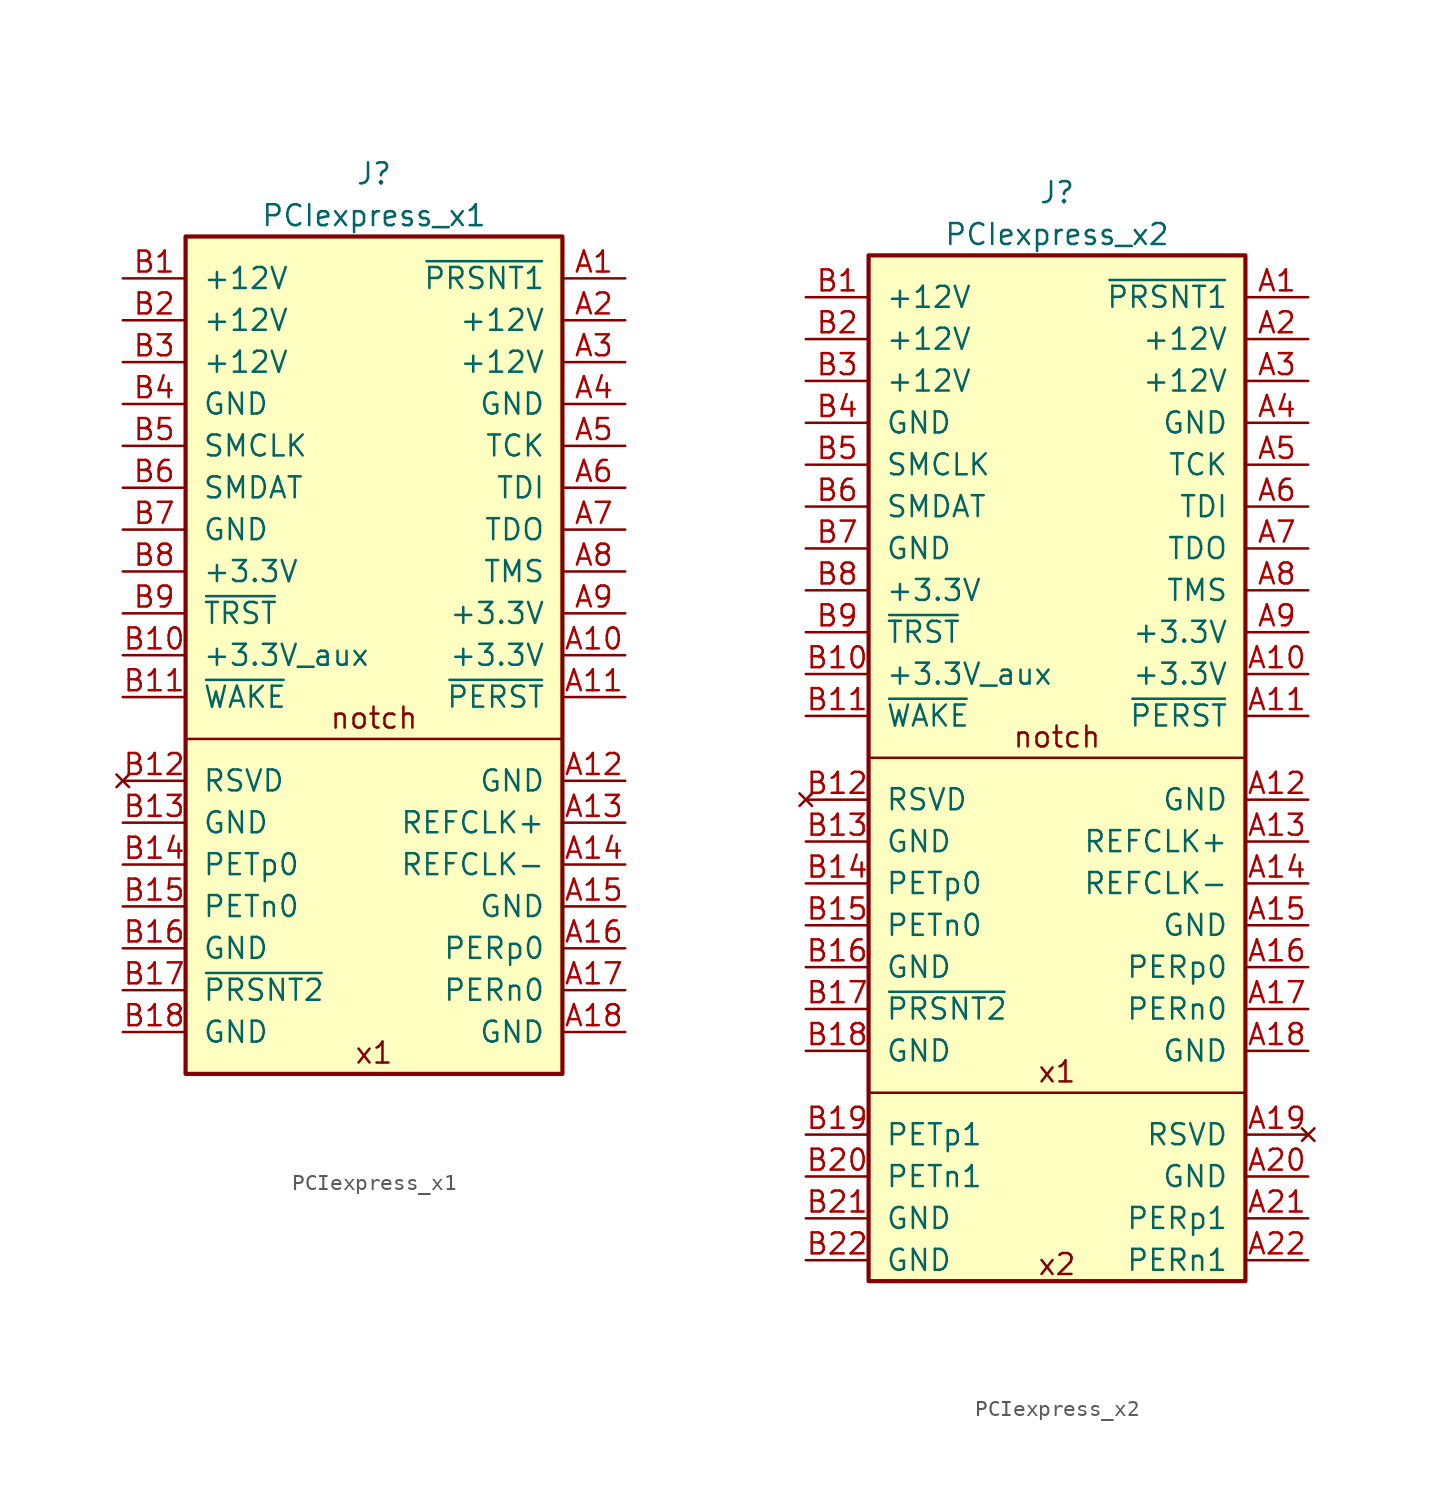
<source format=kicad_sym>
(kicad_symbol_lib
  (version 20241209)
  (generator "kicad_symbol_editor")
  (generator_version "9.0")
  (symbol "PCIexpress_x1"
    (pin_names
      (offset 1.016))
    (property "Reference" "J"
      (at 0 3.81 0)
      (effects (font (size 1.27 1.27))))
    (property "Value" "PCIexpress_x1"
      (at 0 1.27 0)
      (effects (font (size 1.27 1.27))))
    (symbol "PCIexpress_x1_0_0"
      (text "notch" (at 0 -29.21 0) (effects (font (size 1.27 1.27))))
      (text "x1" (at 0 -49.53 0) (effects (font (size 1.27 1.27)))))
    (symbol "PCIexpress_x1_0_1"
      (polyline (pts (xy 11.43 -30.48) (xy -11.43 -30.48)) (stroke (width 0) (type default)) (fill (type none))))
    (symbol "PCIexpress_x1_1_1"
      (rectangle (start 11.43 0) (end -11.43 -50.8) (stroke (width 0.254) (type default)) (fill (type background)))
      (pin power_out line (at -15.24 -2.54 0) (length 3.81) (name "+12V" (effects (font (size 1.27 1.27)))) (number "B1" (effects (font (size 1.27 1.27)))))
      (pin power_out line (at -15.24 -5.08 0) (length 3.81) (name "+12V" (effects (font (size 1.27 1.27)))) (number "B2" (effects (font (size 1.27 1.27)))))
      (pin power_out line (at -15.24 -7.62 0) (length 3.81) (name "+12V" (effects (font (size 1.27 1.27)))) (number "B3" (effects (font (size 1.27 1.27)))))
      (pin power_out line (at -15.24 -10.16 0) (length 3.81) (name "GND" (effects (font (size 1.27 1.27)))) (number "B4" (effects (font (size 1.27 1.27)))))
      (pin open_collector line (at -15.24 -12.7 0) (length 3.81) (name "SMCLK" (effects (font (size 1.27 1.27)))) (number "B5" (effects (font (size 1.27 1.27)))))
      (pin open_collector line (at -15.24 -15.24 0) (length 3.81) (name "SMDAT" (effects (font (size 1.27 1.27)))) (number "B6" (effects (font (size 1.27 1.27)))))
      (pin power_out line (at -15.24 -17.78 0) (length 3.81) (name "GND" (effects (font (size 1.27 1.27)))) (number "B7" (effects (font (size 1.27 1.27)))))
      (pin power_out line (at -15.24 -20.32 0) (length 3.81) (name "+3.3V" (effects (font (size 1.27 1.27)))) (number "B8" (effects (font (size 1.27 1.27)))))
      (pin output line (at -15.24 -22.86 0) (length 3.81) (name "~{TRST}" (effects (font (size 1.27 1.27)))) (number "B9" (effects (font (size 1.27 1.27)))))
      (pin power_out line (at -15.24 -25.4 0) (length 3.81) (name "+3.3V_aux" (effects (font (size 1.27 1.27)))) (number "B10" (effects (font (size 1.27 1.27)))))
      (pin open_collector line (at -15.24 -27.94 0) (length 3.81) (name "~{WAKE}" (effects (font (size 1.27 1.27)))) (number "B11" (effects (font (size 1.27 1.27)))))
      (pin no_connect line (at -15.24 -33.02 0) (length 3.81) (name "RSVD" (effects (font (size 1.27 1.27)))) (number "B12" (effects (font (size 1.27 1.27)))))
      (pin power_out line (at -15.24 -35.56 0) (length 3.81) (name "GND" (effects (font (size 1.27 1.27)))) (number "B13" (effects (font (size 1.27 1.27)))))
      (pin output line (at -15.24 -38.1 0) (length 3.81) (name "PETp0" (effects (font (size 1.27 1.27)))) (number "B14" (effects (font (size 1.27 1.27)))))
      (pin output line (at -15.24 -40.64 0) (length 3.81) (name "PETn0" (effects (font (size 1.27 1.27)))) (number "B15" (effects (font (size 1.27 1.27)))))
      (pin power_out line (at -15.24 -43.18 0) (length 3.81) (name "GND" (effects (font (size 1.27 1.27)))) (number "B16" (effects (font (size 1.27 1.27)))))
      (pin passive line (at -15.24 -45.72 0) (length 3.81) (name "~{PRSNT2}" (effects (font (size 1.27 1.27)))) (number "B17" (effects (font (size 1.27 1.27)))))
      (pin power_out line (at -15.24 -48.26 0) (length 3.81) (name "GND" (effects (font (size 1.27 1.27)))) (number "B18" (effects (font (size 1.27 1.27)))))
      (pin passive line (at 15.24 -2.54 180) (length 3.81) (name "~{PRSNT1}" (effects (font (size 1.27 1.27)))) (number "A1" (effects (font (size 1.27 1.27)))))
      (pin power_out line (at 15.24 -5.08 180) (length 3.81) (name "+12V" (effects (font (size 1.27 1.27)))) (number "A2" (effects (font (size 1.27 1.27)))))
      (pin power_out line (at 15.24 -7.62 180) (length 3.81) (name "+12V" (effects (font (size 1.27 1.27)))) (number "A3" (effects (font (size 1.27 1.27)))))
      (pin power_out line (at 15.24 -10.16 180) (length 3.81) (name "GND" (effects (font (size 1.27 1.27)))) (number "A4" (effects (font (size 1.27 1.27)))))
      (pin output line (at 15.24 -12.7 180) (length 3.81) (name "TCK" (effects (font (size 1.27 1.27)))) (number "A5" (effects (font (size 1.27 1.27)))))
      (pin output line (at 15.24 -15.24 180) (length 3.81) (name "TDI" (effects (font (size 1.27 1.27)))) (number "A6" (effects (font (size 1.27 1.27)))))
      (pin input line (at 15.24 -17.78 180) (length 3.81) (name "TDO" (effects (font (size 1.27 1.27)))) (number "A7" (effects (font (size 1.27 1.27)))))
      (pin output line (at 15.24 -20.32 180) (length 3.81) (name "TMS" (effects (font (size 1.27 1.27)))) (number "A8" (effects (font (size 1.27 1.27)))))
      (pin power_out line (at 15.24 -22.86 180) (length 3.81) (name "+3.3V" (effects (font (size 1.27 1.27)))) (number "A9" (effects (font (size 1.27 1.27)))))
      (pin power_out line (at 15.24 -25.4 180) (length 3.81) (name "+3.3V" (effects (font (size 1.27 1.27)))) (number "A10" (effects (font (size 1.27 1.27)))))
      (pin output line (at 15.24 -27.94 180) (length 3.81) (name "~{PERST}" (effects (font (size 1.27 1.27)))) (number "A11" (effects (font (size 1.27 1.27)))))
      (pin power_out line (at 15.24 -33.02 180) (length 3.81) (name "GND" (effects (font (size 1.27 1.27)))) (number "A12" (effects (font (size 1.27 1.27)))))
      (pin output line (at 15.24 -35.56 180) (length 3.81) (name "REFCLK+" (effects (font (size 1.27 1.27)))) (number "A13" (effects (font (size 1.27 1.27)))))
      (pin output line (at 15.24 -38.1 180) (length 3.81) (name "REFCLK-" (effects (font (size 1.27 1.27)))) (number "A14" (effects (font (size 1.27 1.27)))))
      (pin power_out line (at 15.24 -40.64 180) (length 3.81) (name "GND" (effects (font (size 1.27 1.27)))) (number "A15" (effects (font (size 1.27 1.27)))))
      (pin input line (at 15.24 -43.18 180) (length 3.81) (name "PERp0" (effects (font (size 1.27 1.27)))) (number "A16" (effects (font (size 1.27 1.27)))))
      (pin input line (at 15.24 -45.72 180) (length 3.81) (name "PERn0" (effects (font (size 1.27 1.27)))) (number "A17" (effects (font (size 1.27 1.27)))))
      (pin power_out line (at 15.24 -48.26 180) (length 3.81) (name "GND" (effects (font (size 1.27 1.27)))) (number "A18" (effects (font (size 1.27 1.27)))))))
  (symbol "PCIexpress_x2"
    (pin_names
      (offset 1.016))
    (property "Reference" "J"
      (at 0 3.81 0)
      (effects (font (size 1.27 1.27))))
    (property "Value" "PCIexpress_x2"
      (at 0 1.27 0)
      (effects (font (size 1.27 1.27))))
    (symbol "PCIexpress_x2_0_0"
      (text "notch" (at 0 -29.21 0) (effects (font (size 1.27 1.27))))
      (text "x1" (at 0 -49.53 0) (effects (font (size 1.27 1.27)))))
    (symbol "PCIexpress_x2_0_1"
      (polyline (pts (xy 11.43 -30.48) (xy -11.43 -30.48)) (stroke (width 0) (type default)) (fill (type none)))
      (polyline (pts (xy 11.43 -50.8) (xy -11.43 -50.8)) (stroke (width 0) (type default)) (fill (type none))))
    (symbol "PCIexpress_x2_1_1"
      (rectangle (start -11.43 0) (end 11.43 -62.23) (stroke (width 0.254) (type default)) (fill (type background)))
      (text "x2\n" (at 0 -61.214 0) (effects (font (size 1.27 1.27))))
      (pin power_out line (at -15.24 -2.54 0) (length 3.81) (name "+12V" (effects (font (size 1.27 1.27)))) (number "B1" (effects (font (size 1.27 1.27)))))
      (pin power_out line (at -15.24 -5.08 0) (length 3.81) (name "+12V" (effects (font (size 1.27 1.27)))) (number "B2" (effects (font (size 1.27 1.27)))))
      (pin power_out line (at -15.24 -7.62 0) (length 3.81) (name "+12V" (effects (font (size 1.27 1.27)))) (number "B3" (effects (font (size 1.27 1.27)))))
      (pin power_out line (at -15.24 -10.16 0) (length 3.81) (name "GND" (effects (font (size 1.27 1.27)))) (number "B4" (effects (font (size 1.27 1.27)))))
      (pin open_collector line (at -15.24 -12.7 0) (length 3.81) (name "SMCLK" (effects (font (size 1.27 1.27)))) (number "B5" (effects (font (size 1.27 1.27)))))
      (pin open_collector line (at -15.24 -15.24 0) (length 3.81) (name "SMDAT" (effects (font (size 1.27 1.27)))) (number "B6" (effects (font (size 1.27 1.27)))))
      (pin power_out line (at -15.24 -17.78 0) (length 3.81) (name "GND" (effects (font (size 1.27 1.27)))) (number "B7" (effects (font (size 1.27 1.27)))))
      (pin power_out line (at -15.24 -20.32 0) (length 3.81) (name "+3.3V" (effects (font (size 1.27 1.27)))) (number "B8" (effects (font (size 1.27 1.27)))))
      (pin output line (at -15.24 -22.86 0) (length 3.81) (name "~{TRST}" (effects (font (size 1.27 1.27)))) (number "B9" (effects (font (size 1.27 1.27)))))
      (pin power_out line (at -15.24 -25.4 0) (length 3.81) (name "+3.3V_aux" (effects (font (size 1.27 1.27)))) (number "B10" (effects (font (size 1.27 1.27)))))
      (pin open_collector line (at -15.24 -27.94 0) (length 3.81) (name "~{WAKE}" (effects (font (size 1.27 1.27)))) (number "B11" (effects (font (size 1.27 1.27)))))
      (pin no_connect line (at -15.24 -33.02 0) (length 3.81) (name "RSVD" (effects (font (size 1.27 1.27)))) (number "B12" (effects (font (size 1.27 1.27)))))
      (pin power_out line (at -15.24 -35.56 0) (length 3.81) (name "GND" (effects (font (size 1.27 1.27)))) (number "B13" (effects (font (size 1.27 1.27)))))
      (pin output line (at -15.24 -38.1 0) (length 3.81) (name "PETp0" (effects (font (size 1.27 1.27)))) (number "B14" (effects (font (size 1.27 1.27)))))
      (pin output line (at -15.24 -40.64 0) (length 3.81) (name "PETn0" (effects (font (size 1.27 1.27)))) (number "B15" (effects (font (size 1.27 1.27)))))
      (pin power_out line (at -15.24 -43.18 0) (length 3.81) (name "GND" (effects (font (size 1.27 1.27)))) (number "B16" (effects (font (size 1.27 1.27)))))
      (pin passive line (at -15.24 -45.72 0) (length 3.81) (name "~{PRSNT2}" (effects (font (size 1.27 1.27)))) (number "B17" (effects (font (size 1.27 1.27)))))
      (pin power_out line (at -15.24 -48.26 0) (length 3.81) (name "GND" (effects (font (size 1.27 1.27)))) (number "B18" (effects (font (size 1.27 1.27)))))
      (pin output line (at -15.24 -53.34 0) (length 3.81) (name "PETp1" (effects (font (size 1.27 1.27)))) (number "B19" (effects (font (size 1.27 1.27)))))
      (pin output line (at -15.24 -55.88 0) (length 3.81) (name "PETn1" (effects (font (size 1.27 1.27)))) (number "B20" (effects (font (size 1.27 1.27)))))
      (pin power_out line (at -15.24 -58.42 0) (length 3.81) (name "GND" (effects (font (size 1.27 1.27)))) (number "B21" (effects (font (size 1.27 1.27)))))
      (pin power_out line (at -15.24 -60.96 0) (length 3.81) (name "GND" (effects (font (size 1.27 1.27)))) (number "B22" (effects (font (size 1.27 1.27)))))
      (pin passive line (at 15.24 -2.54 180) (length 3.81) (name "~{PRSNT1}" (effects (font (size 1.27 1.27)))) (number "A1" (effects (font (size 1.27 1.27)))))
      (pin power_out line (at 15.24 -5.08 180) (length 3.81) (name "+12V" (effects (font (size 1.27 1.27)))) (number "A2" (effects (font (size 1.27 1.27)))))
      (pin power_out line (at 15.24 -7.62 180) (length 3.81) (name "+12V" (effects (font (size 1.27 1.27)))) (number "A3" (effects (font (size 1.27 1.27)))))
      (pin power_out line (at 15.24 -10.16 180) (length 3.81) (name "GND" (effects (font (size 1.27 1.27)))) (number "A4" (effects (font (size 1.27 1.27)))))
      (pin output line (at 15.24 -12.7 180) (length 3.81) (name "TCK" (effects (font (size 1.27 1.27)))) (number "A5" (effects (font (size 1.27 1.27)))))
      (pin output line (at 15.24 -15.24 180) (length 3.81) (name "TDI" (effects (font (size 1.27 1.27)))) (number "A6" (effects (font (size 1.27 1.27)))))
      (pin input line (at 15.24 -17.78 180) (length 3.81) (name "TDO" (effects (font (size 1.27 1.27)))) (number "A7" (effects (font (size 1.27 1.27)))))
      (pin output line (at 15.24 -20.32 180) (length 3.81) (name "TMS" (effects (font (size 1.27 1.27)))) (number "A8" (effects (font (size 1.27 1.27)))))
      (pin power_out line (at 15.24 -22.86 180) (length 3.81) (name "+3.3V" (effects (font (size 1.27 1.27)))) (number "A9" (effects (font (size 1.27 1.27)))))
      (pin power_out line (at 15.24 -25.4 180) (length 3.81) (name "+3.3V" (effects (font (size 1.27 1.27)))) (number "A10" (effects (font (size 1.27 1.27)))))
      (pin output line (at 15.24 -27.94 180) (length 3.81) (name "~{PERST}" (effects (font (size 1.27 1.27)))) (number "A11" (effects (font (size 1.27 1.27)))))
      (pin power_out line (at 15.24 -33.02 180) (length 3.81) (name "GND" (effects (font (size 1.27 1.27)))) (number "A12" (effects (font (size 1.27 1.27)))))
      (pin output line (at 15.24 -35.56 180) (length 3.81) (name "REFCLK+" (effects (font (size 1.27 1.27)))) (number "A13" (effects (font (size 1.27 1.27)))))
      (pin output line (at 15.24 -38.1 180) (length 3.81) (name "REFCLK-" (effects (font (size 1.27 1.27)))) (number "A14" (effects (font (size 1.27 1.27)))))
      (pin power_out line (at 15.24 -40.64 180) (length 3.81) (name "GND" (effects (font (size 1.27 1.27)))) (number "A15" (effects (font (size 1.27 1.27)))))
      (pin input line (at 15.24 -43.18 180) (length 3.81) (name "PERp0" (effects (font (size 1.27 1.27)))) (number "A16" (effects (font (size 1.27 1.27)))))
      (pin input line (at 15.24 -45.72 180) (length 3.81) (name "PERn0" (effects (font (size 1.27 1.27)))) (number "A17" (effects (font (size 1.27 1.27)))))
      (pin power_out line (at 15.24 -48.26 180) (length 3.81) (name "GND" (effects (font (size 1.27 1.27)))) (number "A18" (effects (font (size 1.27 1.27)))))
      (pin no_connect line (at 15.24 -53.34 180) (length 3.81) (name "RSVD" (effects (font (size 1.27 1.27)))) (number "A19" (effects (font (size 1.27 1.27)))))
      (pin power_out line (at 15.24 -55.88 180) (length 3.81) (name "GND" (effects (font (size 1.27 1.27)))) (number "A20" (effects (font (size 1.27 1.27)))))
      (pin input line (at 15.24 -58.42 180) (length 3.81) (name "PERp1" (effects (font (size 1.27 1.27)))) (number "A21" (effects (font (size 1.27 1.27)))))
      (pin input line (at 15.24 -60.96 180) (length 3.81) (name "PERn1" (effects (font (size 1.27 1.27)))) (number "A22" (effects (font (size 1.27 1.27))))))))
</source>
